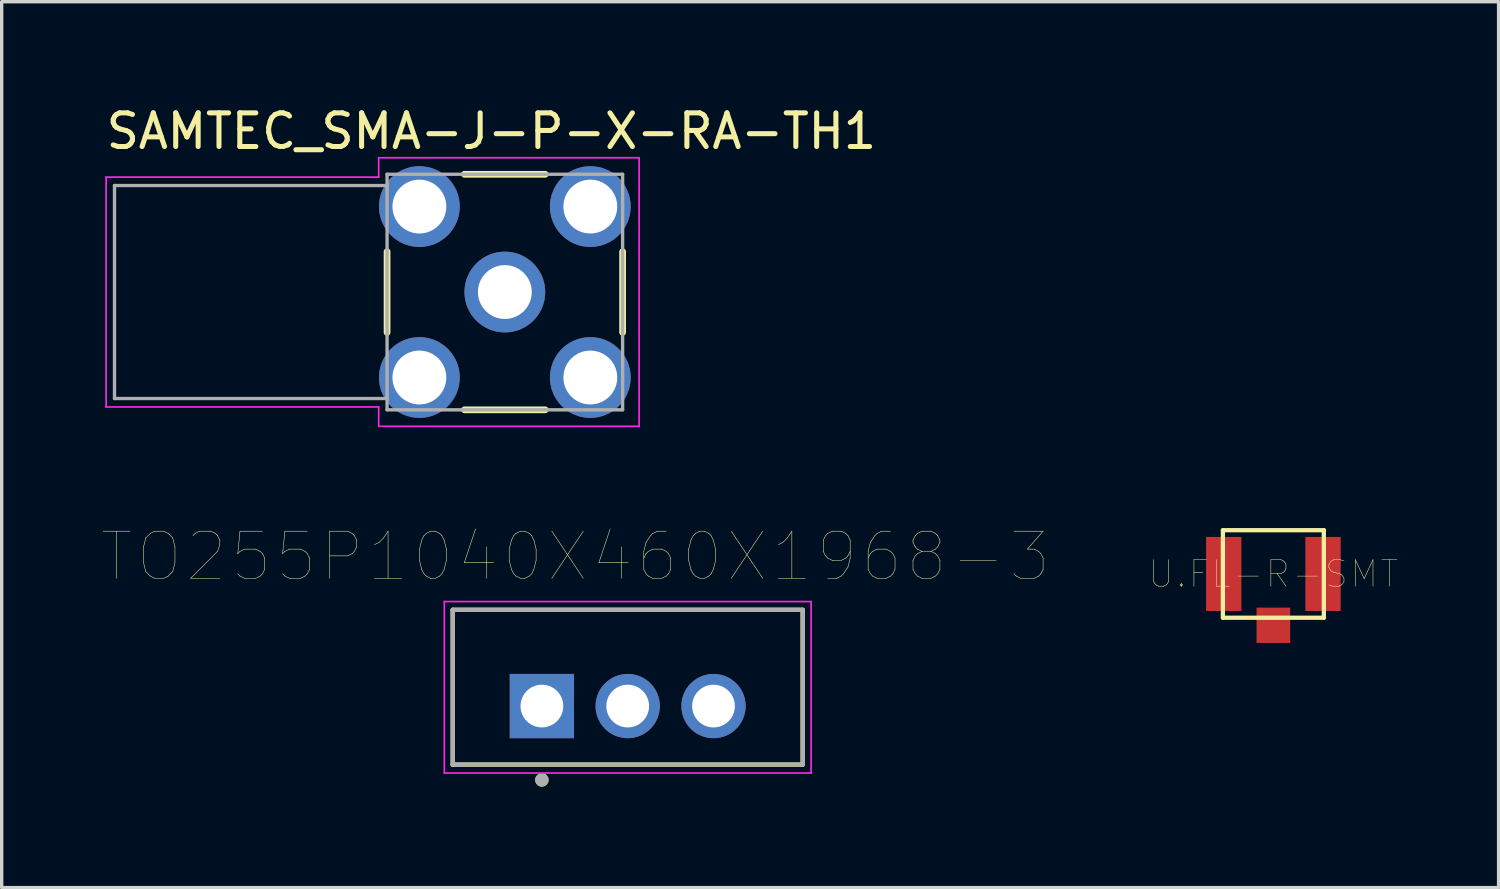
<source format=kicad_pcb>
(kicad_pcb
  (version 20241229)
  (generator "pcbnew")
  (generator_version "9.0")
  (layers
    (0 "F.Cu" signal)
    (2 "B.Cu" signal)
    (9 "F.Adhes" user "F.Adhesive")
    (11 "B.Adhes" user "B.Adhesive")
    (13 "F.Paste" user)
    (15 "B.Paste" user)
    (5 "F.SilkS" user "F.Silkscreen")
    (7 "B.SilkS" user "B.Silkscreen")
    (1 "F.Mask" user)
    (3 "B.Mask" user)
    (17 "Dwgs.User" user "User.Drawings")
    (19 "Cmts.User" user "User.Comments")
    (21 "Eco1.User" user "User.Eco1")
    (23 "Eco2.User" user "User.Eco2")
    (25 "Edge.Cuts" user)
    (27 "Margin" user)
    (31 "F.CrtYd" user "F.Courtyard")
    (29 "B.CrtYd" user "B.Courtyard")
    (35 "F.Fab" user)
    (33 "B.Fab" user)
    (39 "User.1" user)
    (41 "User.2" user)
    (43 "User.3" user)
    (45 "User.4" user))
  (footprint "U.FL-R-SMT"
    (layer "F.Cu")
    (at 34.792 14.007)
    (property "Reference" "U.FL-R-SMT" (at 0 0 0) (layer "F.SilkS") (effects (font (size 0.787 0.787) (thickness 0.015))))
    (attr through_hole)
    (fp_line (start -1.5 -1.3) (end 1.5 -1.3) (stroke (width 0.127) (type solid)) (layer "F.SilkS"))
    (fp_line (start -1.5 1.3) (end -1.5 -1.3) (stroke (width 0.127) (type solid)) (layer "F.SilkS"))
    (fp_line (start 1.5 -1.3) (end 1.5 1.3) (stroke (width 0.127) (type solid)) (layer "F.SilkS"))
    (fp_line (start 1.5 1.3) (end -1.5 1.3) (stroke (width 0.127) (type solid)) (layer "F.SilkS"))
    (pad "P$1" smd rect (at 0 1.525) (size 1 1.05) (layers "F.Cu" "F.Mask" "F.Paste"))
    (pad "P$2" smd rect (at 1.475 0) (size 1.05 2.2) (layers "F.Cu" "F.Mask" "F.Paste"))
    (pad "P$3" smd rect (at -1.475 0) (size 1.05 2.2) (layers "F.Cu" "F.Mask" "F.Paste")))
  (footprint "SAMTEC_SMA-J-P-X-RA-TH1"
    (layer "F.Cu")
    (at 11.953 5.629)
    (property "Reference" "SAMTEC_SMA-J-P-X-RA-TH1" (at -0.4 -4.78 0) (layer "F.SilkS") (effects (font (size 1 1) (thickness 0.15))))
    (attr through_hole)
    (fp_line (start -3.5 1.2) (end -3.5 -1.2) (stroke (width 0.2) (type solid)) (layer "F.SilkS"))
    (fp_line (start -1.2 -3.5) (end 1.2 -3.5) (stroke (width 0.2) (type solid)) (layer "F.SilkS"))
    (fp_line (start 1.2 3.5) (end -1.2 3.5) (stroke (width 0.2) (type solid)) (layer "F.SilkS"))
    (fp_line (start 3.5 1.2) (end 3.5 -1.2) (stroke (width 0.2) (type solid)) (layer "F.SilkS"))
    (fp_line (start -11.85 -3.415) (end -11.85 3.415) (stroke (width 0.05) (type solid)) (layer "F.CrtYd"))
    (fp_line (start -11.85 3.415) (end -3.75 3.415) (stroke (width 0.05) (type solid)) (layer "F.CrtYd"))
    (fp_line (start -3.75 -3.99) (end -3.75 -3.415) (stroke (width 0.05) (type solid)) (layer "F.CrtYd"))
    (fp_line (start -3.75 -3.99) (end 3.99 -3.99) (stroke (width 0.05) (type solid)) (layer "F.CrtYd"))
    (fp_line (start -3.75 -3.415) (end -11.85 -3.415) (stroke (width 0.05) (type solid)) (layer "F.CrtYd"))
    (fp_line (start -3.75 3.415) (end -3.75 3.99) (stroke (width 0.05) (type solid)) (layer "F.CrtYd"))
    (fp_line (start 3.99 -3.99) (end 3.99 3.99) (stroke (width 0.05) (type solid)) (layer "F.CrtYd"))
    (fp_line (start 3.99 3.99) (end -3.75 3.99) (stroke (width 0.05) (type solid)) (layer "F.CrtYd"))
    (fp_line (start -11.6 -3.165) (end -11.6 3.165) (stroke (width 0.1) (type solid)) (layer "F.Fab"))
    (fp_line (start -11.6 3.165) (end -3.5 3.165) (stroke (width 0.1) (type solid)) (layer "F.Fab"))
    (fp_line (start -3.5 -3.5) (end 3.5 -3.5) (stroke (width 0.1) (type solid)) (layer "F.Fab"))
    (fp_line (start -3.5 -3.165) (end -11.6 -3.165) (stroke (width 0.1) (type solid)) (layer "F.Fab"))
    (fp_line (start -3.5 -3.165) (end -3.5 -3.5) (stroke (width 0.1) (type solid)) (layer "F.Fab"))
    (fp_line (start -3.5 3.165) (end -3.5 -3.165) (stroke (width 0.1) (type solid)) (layer "F.Fab"))
    (fp_line (start -3.5 3.5) (end -3.5 3.165) (stroke (width 0.1) (type solid)) (layer "F.Fab"))
    (fp_line (start 3.5 -3.5) (end 3.5 3.5) (stroke (width 0.1) (type solid)) (layer "F.Fab"))
    (fp_line (start 3.5 3.5) (end -3.5 3.5) (stroke (width 0.1) (type solid)) (layer "F.Fab"))
    (pad "1" thru_hole circle (at 0 0) (size 2.4 2.4) (drill 1.6) (layers "*.Cu" "*.Mask"))
    (pad "2" thru_hole circle (at 2.54 2.54) (size 2.4 2.4) (drill 1.6) (layers "*.Cu" "*.Mask"))
    (pad "3" thru_hole circle (at 2.54 -2.54) (size 2.4 2.4) (drill 1.6) (layers "*.Cu" "*.Mask"))
    (pad "4" thru_hole circle (at -2.54 -2.54) (size 2.4 2.4) (drill 1.6) (layers "*.Cu" "*.Mask"))
    (pad "5" thru_hole circle (at -2.54 2.54) (size 2.4 2.4) (drill 1.6) (layers "*.Cu" "*.Mask")))
  (footprint "TO255P1040X460X1968-3"
    (layer "F.Cu")
    (at 13.054 17.933)
    (property "Reference" "TO255P1040X460X1968-3" (at 0.995 -4.444 0) (layer "F.SilkS") (effects (font (size 1.4 1.4) (thickness 0.015))))
    (attr through_hole)
    (fp_line (start -2.65 -2.86) (end 7.75 -2.86) (stroke (width 0.127) (type solid)) (layer "F.SilkS"))
    (fp_line (start -2.65 1.74) (end -2.65 -2.86) (stroke (width 0.127) (type solid)) (layer "F.SilkS"))
    (fp_line (start 7.75 -2.86) (end 7.75 1.74) (stroke (width 0.127) (type solid)) (layer "F.SilkS"))
    (fp_line (start 7.75 1.74) (end -2.65 1.74) (stroke (width 0.127) (type solid)) (layer "F.SilkS"))
    (fp_circle (center 0 2.195) (end 0.1 2.195) (stroke (width 0.2) (type solid)) (fill no) (layer "F.SilkS"))
    (fp_line (start -2.9 -3.106) (end 8 -3.106) (stroke (width 0.05) (type solid)) (layer "F.CrtYd"))
    (fp_line (start -2.9 1.99) (end -2.9 -3.106) (stroke (width 0.05) (type solid)) (layer "F.CrtYd"))
    (fp_line (start 8 -3.106) (end 8 1.99) (stroke (width 0.05) (type solid)) (layer "F.CrtYd"))
    (fp_line (start 8 1.99) (end -2.9 1.99) (stroke (width 0.05) (type solid)) (layer "F.CrtYd"))
    (fp_line (start -2.65 -2.86) (end 7.75 -2.86) (stroke (width 0.127) (type solid)) (layer "F.Fab"))
    (fp_line (start -2.65 1.74) (end -2.65 -2.86) (stroke (width 0.127) (type solid)) (layer "F.Fab"))
    (fp_line (start 7.75 -2.86) (end 7.75 1.74) (stroke (width 0.127) (type solid)) (layer "F.Fab"))
    (fp_line (start 7.75 1.74) (end -2.65 1.74) (stroke (width 0.127) (type solid)) (layer "F.Fab"))
    (fp_circle (center 0 2.195) (end 0.1 2.195) (stroke (width 0.2) (type solid)) (fill no) (layer "F.Fab"))
    (pad "1" thru_hole rect (at 0 0) (size 1.91 1.91) (drill 1.27) (layers "*.Cu" "*.Mask"))
    (pad "2" thru_hole circle (at 2.55 0) (size 1.91 1.91) (drill 1.27) (layers "*.Cu" "*.Mask"))
    (pad "3" thru_hole circle (at 5.1 0) (size 1.91 1.91) (drill 1.27) (layers "*.Cu" "*.Mask")))
  (gr_rect
    (start -3 -3)
    (end 41.485 23.328)
    (stroke (width 0.1) (type default))
    (fill no)
    (layer "Edge.Cuts")))
</source>
